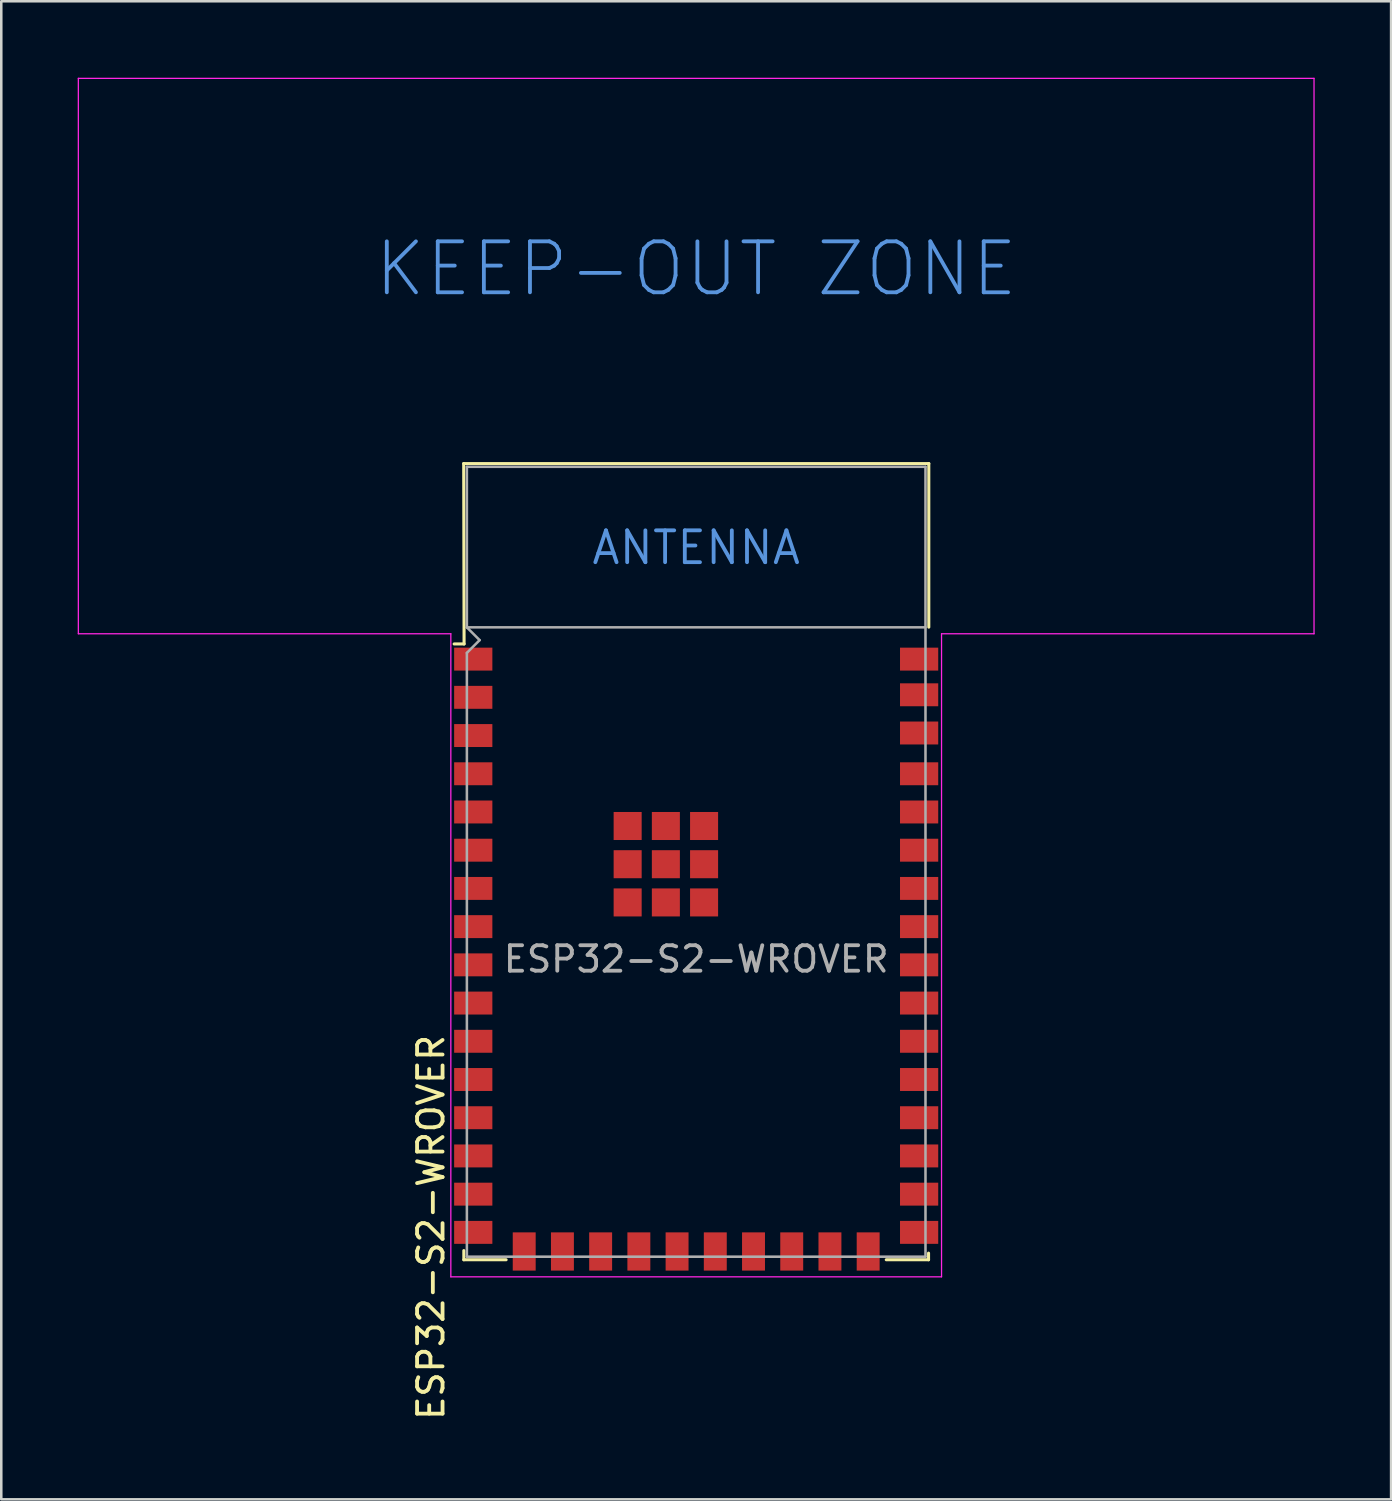
<source format=kicad_pcb>
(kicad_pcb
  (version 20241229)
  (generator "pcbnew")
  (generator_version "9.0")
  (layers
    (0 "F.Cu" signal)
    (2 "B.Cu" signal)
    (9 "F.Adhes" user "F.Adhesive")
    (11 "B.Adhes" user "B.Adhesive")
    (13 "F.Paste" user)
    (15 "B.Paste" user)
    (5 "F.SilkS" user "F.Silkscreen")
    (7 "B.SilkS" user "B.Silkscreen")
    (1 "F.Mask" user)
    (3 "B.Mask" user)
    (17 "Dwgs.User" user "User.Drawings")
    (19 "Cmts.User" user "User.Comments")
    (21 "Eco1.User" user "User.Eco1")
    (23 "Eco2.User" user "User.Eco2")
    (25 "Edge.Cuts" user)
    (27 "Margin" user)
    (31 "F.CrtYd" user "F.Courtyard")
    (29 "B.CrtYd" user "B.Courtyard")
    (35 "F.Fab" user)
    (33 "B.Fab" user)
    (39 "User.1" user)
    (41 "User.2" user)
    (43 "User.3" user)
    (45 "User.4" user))
  (footprint "ESP32-S2-WROVER"
    (layer "F.Cu")
    (at 24.275 34.595)
    (property "Reference" "ESP32-S2-WROVER" (at -10.41 10.53 90) (layer "F.SilkS") (effects (font (size 1 1) (thickness 0.15))))
    (attr smd)
    (fp_line (start -9.125 -19.45) (end 9.13 -19.45) (stroke (width 0.12) (type solid)) (layer "F.SilkS"))
    (fp_line (start -9.12 11.44) (end -9.12 11.8) (stroke (width 0.12) (type solid)) (layer "F.SilkS"))
    (fp_line (start -9.12 11.8) (end -7.46 11.8) (stroke (width 0.12) (type solid)) (layer "F.SilkS"))
    (fp_line (start -9.11 -12.37) (end -9.5 -12.37) (stroke (width 0.12) (type solid)) (layer "F.SilkS"))
    (fp_line (start -9.11 -12.37) (end -9.125 -19.45) (stroke (width 0.12) (type solid)) (layer "F.SilkS"))
    (fp_line (start 9.12 11.54) (end 9.12 11.8) (stroke (width 0.12) (type solid)) (layer "F.SilkS"))
    (fp_line (start 9.12 11.8) (end 7.46 11.8) (stroke (width 0.12) (type solid)) (layer "F.SilkS"))
    (fp_line (start 9.13 -13.03) (end 9.13 -19.45) (stroke (width 0.12) (type solid)) (layer "F.SilkS"))
    (fp_line (start -24.25 -34.57) (end -24.25 -12.77) (stroke (width 0.05) (type solid)) (layer "F.CrtYd"))
    (fp_line (start -24.25 -12.77) (end -9.63 -12.77) (stroke (width 0.05) (type solid)) (layer "F.CrtYd"))
    (fp_line (start -9.63 -12.77) (end -9.63 12.47) (stroke (width 0.05) (type solid)) (layer "F.CrtYd"))
    (fp_line (start -9.63 12.47) (end 9.63 12.47) (stroke (width 0.05) (type solid)) (layer "F.CrtYd"))
    (fp_line (start 9.63 -12.77) (end 24.25 -12.77) (stroke (width 0.05) (type solid)) (layer "F.CrtYd"))
    (fp_line (start 9.63 12.47) (end 9.63 -12.77) (stroke (width 0.05) (type solid)) (layer "F.CrtYd"))
    (fp_line (start 24.25 -34.57) (end -24.25 -34.57) (stroke (width 0.05) (type solid)) (layer "F.CrtYd"))
    (fp_line (start 24.25 -12.77) (end 24.25 -34.57) (stroke (width 0.05) (type solid)) (layer "F.CrtYd"))
    (fp_line (start -9 -19.323) (end 9 -19.323) (stroke (width 0.1) (type solid)) (layer "F.Fab"))
    (fp_line (start -9 -19.32) (end -9 -13.02) (stroke (width 0.1) (type solid)) (layer "F.Fab"))
    (fp_line (start -9 -12.02) (end -9 11.68) (stroke (width 0.1) (type solid)) (layer "F.Fab"))
    (fp_line (start -9 -12.02) (end -8.5 -12.52) (stroke (width 0.1) (type solid)) (layer "F.Fab"))
    (fp_line (start -9 11.68) (end 9 11.68) (stroke (width 0.1) (type solid)) (layer "F.Fab"))
    (fp_line (start -8.5 -12.52) (end -9 -13.02) (stroke (width 0.1) (type solid)) (layer "F.Fab"))
    (fp_line (start 9 -19.32) (end 9 11.68) (stroke (width 0.1) (type solid)) (layer "F.Fab"))
    (fp_line (start 9 -13.023) (end -9 -13.023) (stroke (width 0.1) (type solid)) (layer "F.Fab"))
    (fp_text user "KEEP-OUT ZONE" (at 0 -27.09 0) (layer "Cmts.User") (effects (font (size 2 2) (thickness 0.15))))
    (fp_text user "ANTENNA" (at 0 -16.15 0) (layer "Cmts.User") (effects (font (size 1.25 1.25) (thickness 0.15))))
    (fp_text user "${REFERENCE}" (at 0 0 0) (layer "F.Fab") (effects (font (size 1 1) (thickness 0.15))))
    (pad "1" smd rect (at -8.75 -11.775) (size 1.5 0.9) (layers "F.Cu" "F.Mask" "F.Paste"))
    (pad "2" smd rect (at -8.75 -10.275) (size 1.5 0.9) (layers "F.Cu" "F.Mask" "F.Paste"))
    (pad "3" smd rect (at -8.75 -8.775) (size 1.5 0.9) (layers "F.Cu" "F.Mask" "F.Paste"))
    (pad "4" smd rect (at -8.75 -7.275) (size 1.5 0.9) (layers "F.Cu" "F.Mask" "F.Paste"))
    (pad "5" smd rect (at -8.75 -5.775) (size 1.5 0.9) (layers "F.Cu" "F.Mask" "F.Paste"))
    (pad "6" smd rect (at -8.75 -4.275) (size 1.5 0.9) (layers "F.Cu" "F.Mask" "F.Paste"))
    (pad "7" smd rect (at -8.75 -2.775) (size 1.5 0.9) (layers "F.Cu" "F.Mask" "F.Paste"))
    (pad "8" smd rect (at -8.75 -1.275) (size 1.5 0.9) (layers "F.Cu" "F.Mask" "F.Paste"))
    (pad "9" smd rect (at -8.75 0.225) (size 1.5 0.9) (layers "F.Cu" "F.Mask" "F.Paste"))
    (pad "10" smd rect (at -8.75 1.725) (size 1.5 0.9) (layers "F.Cu" "F.Mask" "F.Paste"))
    (pad "11" smd rect (at -8.75 3.225) (size 1.5 0.9) (layers "F.Cu" "F.Mask" "F.Paste"))
    (pad "12" smd rect (at -8.75 4.725) (size 1.5 0.9) (layers "F.Cu" "F.Mask" "F.Paste"))
    (pad "13" smd rect (at -8.75 6.225) (size 1.5 0.9) (layers "F.Cu" "F.Mask" "F.Paste"))
    (pad "14" smd rect (at -8.75 7.725) (size 1.5 0.9) (layers "F.Cu" "F.Mask" "F.Paste"))
    (pad "15" smd rect (at -8.75 9.225 180) (size 1.5 0.9) (layers "F.Cu" "F.Mask" "F.Paste"))
    (pad "16" smd rect (at -8.75 10.725 180) (size 1.5 0.9) (layers "F.Cu" "F.Mask" "F.Paste"))
    (pad "17" smd rect (at -6.75 11.475) (size 0.9 1.5) (layers "F.Cu" "F.Mask" "F.Paste"))
    (pad "18" smd rect (at -5.25 11.475) (size 0.9 1.5) (layers "F.Cu" "F.Mask" "F.Paste"))
    (pad "19" smd rect (at -3.75 11.475) (size 0.9 1.5) (layers "F.Cu" "F.Mask" "F.Paste"))
    (pad "20" smd rect (at -2.25 11.475) (size 0.9 1.5) (layers "F.Cu" "F.Mask" "F.Paste"))
    (pad "21" smd rect (at -0.75 11.475) (size 0.9 1.5) (layers "F.Cu" "F.Mask" "F.Paste"))
    (pad "22" smd rect (at 0.75 11.475) (size 0.9 1.5) (layers "F.Cu" "F.Mask" "F.Paste"))
    (pad "23" smd rect (at 2.25 11.475) (size 0.9 1.5) (layers "F.Cu" "F.Mask" "F.Paste"))
    (pad "24" smd rect (at 3.75 11.475) (size 0.9 1.5) (layers "F.Cu" "F.Mask" "F.Paste"))
    (pad "25" smd rect (at 5.25 11.475) (size 0.9 1.5) (layers "F.Cu" "F.Mask" "F.Paste"))
    (pad "26" smd rect (at 6.75 11.475) (size 0.9 1.5) (layers "F.Cu" "F.Mask" "F.Paste"))
    (pad "27" smd rect (at 8.75 10.725) (size 1.5 0.9) (layers "F.Cu" "F.Mask" "F.Paste"))
    (pad "28" smd rect (at 8.75 9.225) (size 1.5 0.9) (layers "F.Cu" "F.Mask" "F.Paste"))
    (pad "29" smd rect (at 8.75 7.725) (size 1.5 0.9) (layers "F.Cu" "F.Mask" "F.Paste"))
    (pad "30" smd rect (at 8.75 6.225) (size 1.5 0.9) (layers "F.Cu" "F.Mask" "F.Paste"))
    (pad "31" smd rect (at 8.75 4.725) (size 1.5 0.9) (layers "F.Cu" "F.Mask" "F.Paste"))
    (pad "32" smd rect (at 8.75 3.225) (size 1.5 0.9) (layers "F.Cu" "F.Mask" "F.Paste"))
    (pad "33" smd rect (at 8.75 1.725) (size 1.5 0.9) (layers "F.Cu" "F.Mask" "F.Paste"))
    (pad "34" smd rect (at 8.75 0.225) (size 1.5 0.9) (layers "F.Cu" "F.Mask" "F.Paste"))
    (pad "35" smd rect (at 8.75 -1.275) (size 1.5 0.9) (layers "F.Cu" "F.Mask" "F.Paste"))
    (pad "36" smd rect (at 8.75 -2.775) (size 1.5 0.9) (layers "F.Cu" "F.Mask" "F.Paste"))
    (pad "37" smd rect (at 8.75 -4.275) (size 1.5 0.9) (layers "F.Cu" "F.Mask" "F.Paste"))
    (pad "38" smd rect (at 8.75 -5.775) (size 1.5 0.9) (layers "F.Cu" "F.Mask" "F.Paste"))
    (pad "39" smd rect (at 8.75 -7.275) (size 1.5 0.9) (layers "F.Cu" "F.Mask" "F.Paste"))
    (pad "40" smd rect (at 8.75 -8.875) (size 1.5 0.9) (layers "F.Cu" "F.Mask" "F.Paste"))
    (pad "41" smd rect (at 8.75 -10.375) (size 1.5 0.9) (layers "F.Cu" "F.Mask" "F.Paste"))
    (pad "42" smd rect (at 8.75 -11.775) (size 1.5 0.9) (layers "F.Cu" "F.Mask" "F.Paste"))
    (pad "43" smd rect (at -1.19 -3.725) (size 1.1 1.1) (layers "F.Cu" "F.Mask" "F.Paste"))
    (pad "44" smd rect (at -2.69 -3.725) (size 1.1 1.1) (layers "F.Cu" "F.Mask" "F.Paste"))
    (pad "45" smd rect (at -2.69 -5.225) (size 1.1 1.1) (layers "F.Cu" "F.Mask" "F.Paste"))
    (pad "46" smd rect (at -1.19 -5.225) (size 1.1 1.1) (layers "F.Cu" "F.Mask" "F.Paste"))
    (pad "47" smd rect (at 0.31 -5.225) (size 1.1 1.1) (layers "F.Cu" "F.Mask" "F.Paste"))
    (pad "48" smd rect (at 0.31 -3.725) (size 1.1 1.1) (layers "F.Cu" "F.Mask" "F.Paste"))
    (pad "49" smd rect (at 0.31 -2.225) (size 1.1 1.1) (layers "F.Cu" "F.Mask" "F.Paste"))
    (pad "50" smd rect (at -1.19 -2.225) (size 1.1 1.1) (layers "F.Cu" "F.Mask" "F.Paste"))
    (pad "51" smd rect (at -2.69 -2.225) (size 1.1 1.1) (layers "F.Cu" "F.Mask" "F.Paste"))
    (zone (net_name "") (layers "F.Cu" "B.Cu") (hatch full 0.508) (connect_pads) (min_thickness 0.254) (filled_areas_thickness no) (keepout (tracks not_allowed) (vias not_allowed) (pads not_allowed) (copperpour not_allowed) (footprints not_allowed)) (placement (enabled no)) (fill) (polygon (pts (xy 0.275 21.572) (xy 48.275 21.572) (xy 48.275 0.272) (xy 0.275 0.272)))))
  (gr_rect
    (start -3 -3)
    (end 51.55 55.798)
    (stroke (width 0.1) (type default))
    (fill no)
    (layer "Edge.Cuts")))
</source>
